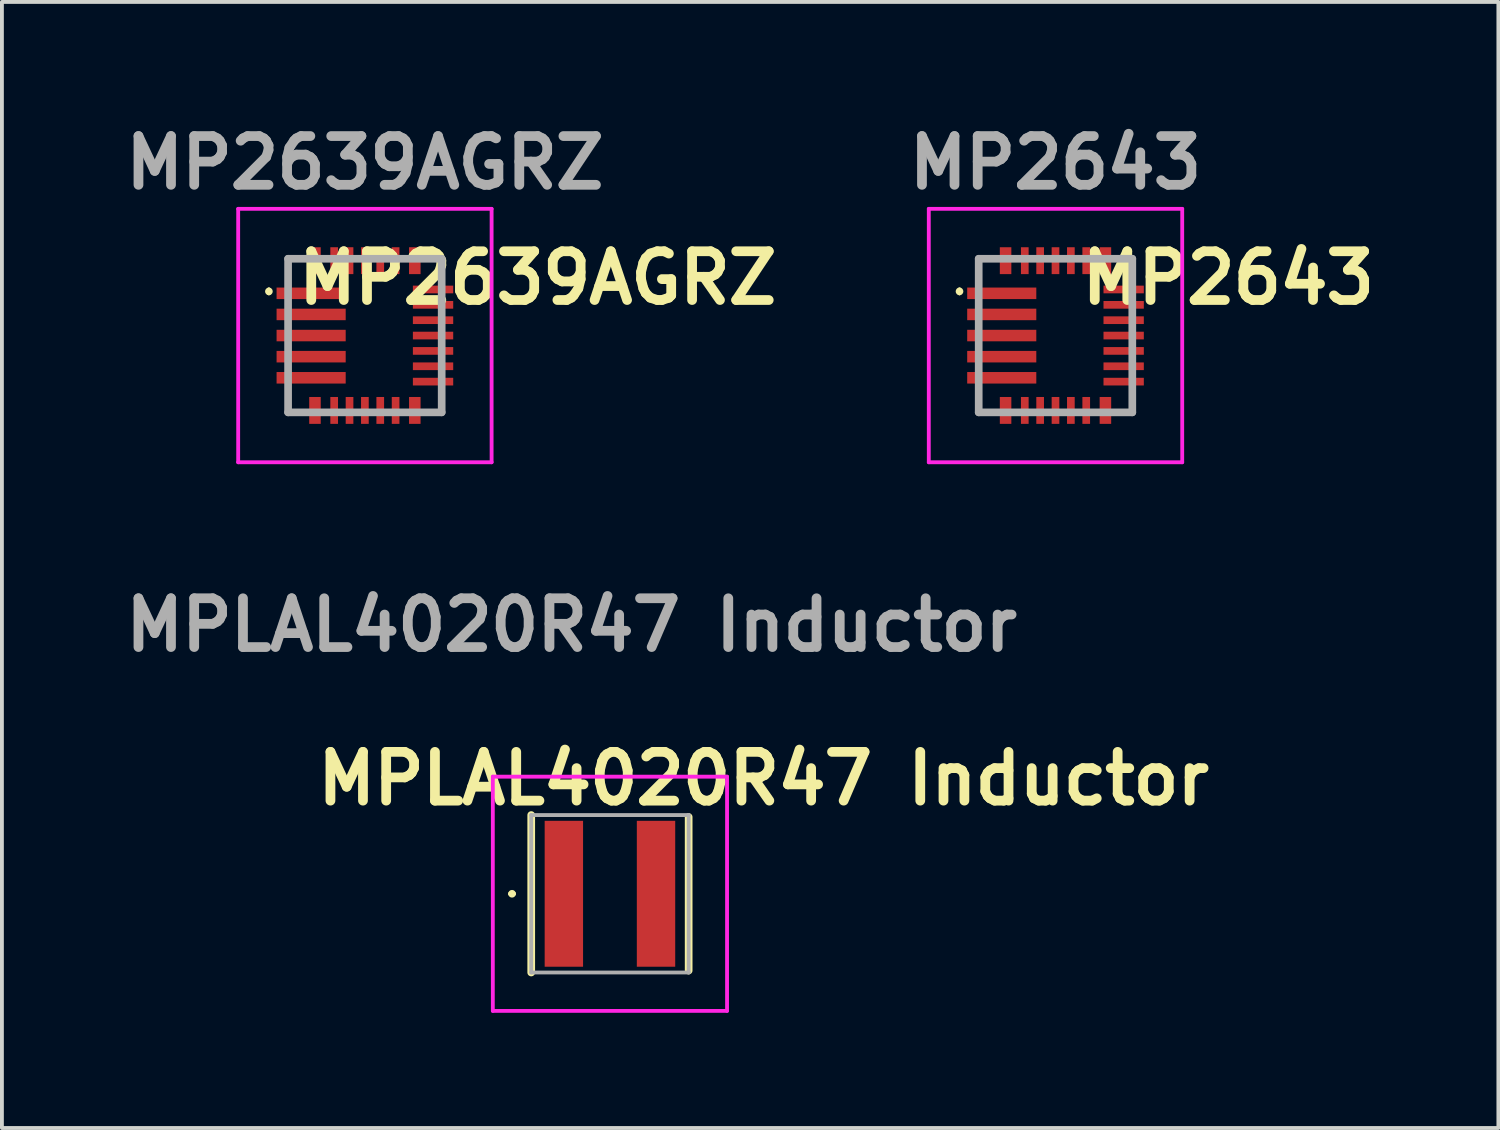
<source format=kicad_pcb>
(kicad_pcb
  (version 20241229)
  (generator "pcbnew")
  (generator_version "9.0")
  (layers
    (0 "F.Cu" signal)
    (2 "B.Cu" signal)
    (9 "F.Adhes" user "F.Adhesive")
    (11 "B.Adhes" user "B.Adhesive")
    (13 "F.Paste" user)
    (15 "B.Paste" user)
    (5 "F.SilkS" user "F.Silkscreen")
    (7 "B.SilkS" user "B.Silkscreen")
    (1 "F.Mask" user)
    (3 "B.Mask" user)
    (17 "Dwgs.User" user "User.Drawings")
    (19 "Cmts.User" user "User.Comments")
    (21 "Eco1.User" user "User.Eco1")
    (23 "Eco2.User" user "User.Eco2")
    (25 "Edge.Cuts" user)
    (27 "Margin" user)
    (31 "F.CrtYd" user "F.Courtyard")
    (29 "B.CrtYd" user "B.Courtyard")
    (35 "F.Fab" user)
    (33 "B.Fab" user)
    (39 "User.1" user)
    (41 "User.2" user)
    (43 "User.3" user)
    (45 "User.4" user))
  (footprint "MPLAL4020R47 Inductor"
    (layer "F.Cu")
    (at 12.835 20.227)
    (property "Reference" "MPLAL4020R47 Inductor" (at 4 -3 0) (layer "F.SilkS") (effects (font (size 1.27 1.27) (thickness 0.254))))
    (attr smd)
    (fp_line (start -2.6 0) (end -2.6 0) (stroke (width 0.1) (type solid)) (layer "F.SilkS"))
    (fp_line (start -2.5 0) (end -2.5 0) (stroke (width 0.1) (type solid)) (layer "F.SilkS"))
    (fp_line (start -2.05 -2.05) (end -2.05 2.05) (stroke (width 0.2) (type solid)) (layer "F.SilkS"))
    (fp_line (start 2.05 -2) (end 2.05 2) (stroke (width 0.2) (type solid)) (layer "F.SilkS"))
    (fp_arc (start -2.6 0) (mid -2.55 -0.05) (end -2.5 0) (stroke (width 0.1) (type solid)) (layer "F.SilkS"))
    (fp_arc (start -2.5 0) (mid -2.55 0.05) (end -2.6 0) (stroke (width 0.1) (type solid)) (layer "F.SilkS"))
    (fp_line (start -3.05 -3.05) (end 3.05 -3.05) (stroke (width 0.1) (type solid)) (layer "F.CrtYd"))
    (fp_line (start -3.05 3.05) (end -3.05 -3.05) (stroke (width 0.1) (type solid)) (layer "F.CrtYd"))
    (fp_line (start 3.05 -3.05) (end 3.05 3.05) (stroke (width 0.1) (type solid)) (layer "F.CrtYd"))
    (fp_line (start 3.05 3.05) (end -3.05 3.05) (stroke (width 0.1) (type solid)) (layer "F.CrtYd"))
    (fp_line (start -2.05 -2.05) (end 2.05 -2.05) (stroke (width 0.1) (type solid)) (layer "F.Fab"))
    (fp_line (start -2.05 2.05) (end -2.05 -2.05) (stroke (width 0.1) (type solid)) (layer "F.Fab"))
    (fp_line (start 2.05 -2.05) (end 2.05 2.05) (stroke (width 0.1) (type solid)) (layer "F.Fab"))
    (fp_line (start 2.05 2.05) (end -2.05 2.05) (stroke (width 0.1) (type solid)) (layer "F.Fab"))
    (fp_text user "${REFERENCE}" (at -1 -7 0) (layer "F.Fab") (effects (font (size 1.27 1.27) (thickness 0.254))))
    (pad "1" smd rect (at -1.2 0) (size 1 3.8) (layers "F.Cu" "F.Mask" "F.Paste"))
    (pad "2" smd rect (at 1.2 0) (size 1 3.8) (layers "F.Cu" "F.Mask" "F.Paste")))
  (footprint "MP2639AGRZ"
    (layer "F.Cu")
    (at 6.453 5.689)
    (property "Reference" "MP2639AGRZ" (at 4.5 -1.5 0) (layer "F.SilkS") (effects (font (size 1.27 1.27) (thickness 0.254))))
    (attr smd)
    (fp_line (start -2.5 -1.2) (end -2.5 -1.2) (stroke (width 0.1) (type solid)) (layer "F.SilkS"))
    (fp_line (start -2.5 -1.1) (end -2.5 -1.1) (stroke (width 0.1) (type solid)) (layer "F.SilkS"))
    (fp_line (start -2 -2) (end -1.8 -2) (stroke (width 0.1) (type solid)) (layer "F.SilkS"))
    (fp_line (start -2 -1.5) (end -2 -2) (stroke (width 0.1) (type solid)) (layer "F.SilkS"))
    (fp_line (start -2 1.5) (end -2 2) (stroke (width 0.1) (type solid)) (layer "F.SilkS"))
    (fp_line (start -2 2) (end -1.8 2) (stroke (width 0.1) (type solid)) (layer "F.SilkS"))
    (fp_line (start 2 -2) (end 1.8 -2) (stroke (width 0.1) (type solid)) (layer "F.SilkS"))
    (fp_line (start 2 -1.5) (end 2 -2) (stroke (width 0.1) (type solid)) (layer "F.SilkS"))
    (fp_line (start 2.001 1.51) (end 2.001 2.01) (stroke (width 0.1) (type solid)) (layer "F.SilkS"))
    (fp_line (start 2.001 2.01) (end 1.801 2.01) (stroke (width 0.1) (type solid)) (layer "F.SilkS"))
    (fp_arc (start -2.5 -1.2) (mid -2.45 -1.15) (end -2.5 -1.1) (stroke (width 0.1) (type solid)) (layer "F.SilkS"))
    (fp_arc (start -2.5 -1.1) (mid -2.55 -1.15) (end -2.5 -1.2) (stroke (width 0.1) (type solid)) (layer "F.SilkS"))
    (fp_line (start -3.3 -3.3) (end 3.3 -3.3) (stroke (width 0.1) (type solid)) (layer "F.CrtYd"))
    (fp_line (start -3.3 3.3) (end -3.3 -3.3) (stroke (width 0.1) (type solid)) (layer "F.CrtYd"))
    (fp_line (start 3.3 -3.3) (end 3.3 3.3) (stroke (width 0.1) (type solid)) (layer "F.CrtYd"))
    (fp_line (start 3.3 3.3) (end -3.3 3.3) (stroke (width 0.1) (type solid)) (layer "F.CrtYd"))
    (fp_line (start -2 -2) (end 2 -2) (stroke (width 0.2) (type solid)) (layer "F.Fab"))
    (fp_line (start -2 2) (end -2 -2) (stroke (width 0.2) (type solid)) (layer "F.Fab"))
    (fp_line (start 2 -2) (end 2 2) (stroke (width 0.2) (type solid)) (layer "F.Fab"))
    (fp_line (start 2 2) (end -2 2) (stroke (width 0.2) (type solid)) (layer "F.Fab"))
    (fp_text user "${REFERENCE}" (at 0 -4.5 0) (layer "F.Fab") (effects (font (size 1.27 1.27) (thickness 0.254))))
    (pad "1" smd rect (at -1.4 -1.1 90) (size 0.3 1.8) (layers "F.Cu" "F.Mask" "F.Paste"))
    (pad "2" smd rect (at -1.4 -0.55 90) (size 0.3 1.8) (layers "F.Cu" "F.Mask" "F.Paste"))
    (pad "3" smd rect (at -1.4 0 90) (size 0.3 1.8) (layers "F.Cu" "F.Mask" "F.Paste"))
    (pad "4" smd rect (at -1.4 0.55 90) (size 0.3 1.8) (layers "F.Cu" "F.Mask" "F.Paste"))
    (pad "5" smd rect (at -1.4 1.1 90) (size 0.3 1.8) (layers "F.Cu" "F.Mask" "F.Paste"))
    (pad "6" smd rect (at -1.3 1.95) (size 0.3 0.7) (layers "F.Cu" "F.Mask" "F.Paste"))
    (pad "7" smd rect (at -0.8 1.95) (size 0.2 0.7) (layers "F.Cu" "F.Mask" "F.Paste"))
    (pad "8" smd rect (at -0.4 1.95) (size 0.2 0.7) (layers "F.Cu" "F.Mask" "F.Paste"))
    (pad "9" smd rect (at 0 1.95) (size 0.2 0.7) (layers "F.Cu" "F.Mask" "F.Paste"))
    (pad "10" smd rect (at 0.4 1.95) (size 0.2 0.7) (layers "F.Cu" "F.Mask" "F.Paste"))
    (pad "11" smd rect (at 0.8 1.95) (size 0.2 0.7) (layers "F.Cu" "F.Mask" "F.Paste"))
    (pad "12" smd rect (at 1.3 1.95) (size 0.3 0.7) (layers "F.Cu" "F.Mask" "F.Paste"))
    (pad "13" smd rect (at 1.775 1.2 90) (size 0.2 1.05) (layers "F.Cu" "F.Mask" "F.Paste"))
    (pad "14" smd rect (at 1.775 0.8 90) (size 0.2 1.05) (layers "F.Cu" "F.Mask" "F.Paste"))
    (pad "15" smd rect (at 1.775 0.4 90) (size 0.2 1.05) (layers "F.Cu" "F.Mask" "F.Paste"))
    (pad "16" smd rect (at 1.775 0 90) (size 0.2 1.05) (layers "F.Cu" "F.Mask" "F.Paste"))
    (pad "17" smd rect (at 1.775 -0.4 90) (size 0.2 1.05) (layers "F.Cu" "F.Mask" "F.Paste"))
    (pad "18" smd rect (at 1.775 -0.8 90) (size 0.2 1.05) (layers "F.Cu" "F.Mask" "F.Paste"))
    (pad "19" smd rect (at 1.775 -1.2 90) (size 0.2 1.05) (layers "F.Cu" "F.Mask" "F.Paste"))
    (pad "20" smd rect (at 1.3 -1.95) (size 0.3 0.7) (layers "F.Cu" "F.Mask" "F.Paste"))
    (pad "21" smd rect (at 0.8 -1.95) (size 0.2 0.7) (layers "F.Cu" "F.Mask" "F.Paste"))
    (pad "22" smd rect (at 0.4 -1.95) (size 0.2 0.7) (layers "F.Cu" "F.Mask" "F.Paste"))
    (pad "23" smd rect (at 0 -1.95) (size 0.2 0.7) (layers "F.Cu" "F.Mask" "F.Paste"))
    (pad "24" smd rect (at -0.4 -1.95) (size 0.2 0.7) (layers "F.Cu" "F.Mask" "F.Paste"))
    (pad "25" smd rect (at -0.8 -1.95) (size 0.2 0.7) (layers "F.Cu" "F.Mask" "F.Paste"))
    (pad "26" smd rect (at -1.3 -1.95) (size 0.3 0.7) (layers "F.Cu" "F.Mask" "F.Paste")))
  (footprint "MP2643"
    (layer "F.Cu")
    (at 24.439 5.689)
    (property "Reference" "MP2643" (at 4.5 -1.5 0) (layer "F.SilkS") (effects (font (size 1.27 1.27) (thickness 0.254))))
    (attr smd)
    (fp_line (start -2.5 -1.2) (end -2.5 -1.2) (stroke (width 0.1) (type solid)) (layer "F.SilkS"))
    (fp_line (start -2.5 -1.1) (end -2.5 -1.1) (stroke (width 0.1) (type solid)) (layer "F.SilkS"))
    (fp_line (start -2 -2) (end -1.8 -2) (stroke (width 0.1) (type solid)) (layer "F.SilkS"))
    (fp_line (start -2 -1.5) (end -2 -2) (stroke (width 0.1) (type solid)) (layer "F.SilkS"))
    (fp_line (start -2 1.5) (end -2 2) (stroke (width 0.1) (type solid)) (layer "F.SilkS"))
    (fp_line (start -2 2) (end -1.8 2) (stroke (width 0.1) (type solid)) (layer "F.SilkS"))
    (fp_line (start 2 -2) (end 1.8 -2) (stroke (width 0.1) (type solid)) (layer "F.SilkS"))
    (fp_line (start 2 -1.5) (end 2 -2) (stroke (width 0.1) (type solid)) (layer "F.SilkS"))
    (fp_line (start 2 1.5) (end 2 2) (stroke (width 0.1) (type solid)) (layer "F.SilkS"))
    (fp_line (start 2 2) (end 1.8 2) (stroke (width 0.1) (type solid)) (layer "F.SilkS"))
    (fp_arc (start -2.5 -1.2) (mid -2.45 -1.15) (end -2.5 -1.1) (stroke (width 0.1) (type solid)) (layer "F.SilkS"))
    (fp_arc (start -2.5 -1.1) (mid -2.55 -1.15) (end -2.5 -1.2) (stroke (width 0.1) (type solid)) (layer "F.SilkS"))
    (fp_line (start -3.3 -3.3) (end 3.3 -3.3) (stroke (width 0.1) (type solid)) (layer "F.CrtYd"))
    (fp_line (start -3.3 3.3) (end -3.3 -3.3) (stroke (width 0.1) (type solid)) (layer "F.CrtYd"))
    (fp_line (start 3.3 -3.3) (end 3.3 3.3) (stroke (width 0.1) (type solid)) (layer "F.CrtYd"))
    (fp_line (start 3.3 3.3) (end -3.3 3.3) (stroke (width 0.1) (type solid)) (layer "F.CrtYd"))
    (fp_line (start -2 -2) (end 2 -2) (stroke (width 0.2) (type solid)) (layer "F.Fab"))
    (fp_line (start -2 2) (end -2 -2) (stroke (width 0.2) (type solid)) (layer "F.Fab"))
    (fp_line (start 2 -2) (end 2 2) (stroke (width 0.2) (type solid)) (layer "F.Fab"))
    (fp_line (start 2 2) (end -2 2) (stroke (width 0.2) (type solid)) (layer "F.Fab"))
    (fp_text user "${REFERENCE}" (at 0 -4.5 0) (layer "F.Fab") (effects (font (size 1.27 1.27) (thickness 0.254))))
    (pad "1" smd rect (at -1.4 -1.1 90) (size 0.3 1.8) (layers "F.Cu" "F.Mask" "F.Paste"))
    (pad "2" smd rect (at -1.4 -0.55 90) (size 0.3 1.8) (layers "F.Cu" "F.Mask" "F.Paste"))
    (pad "3" smd rect (at -1.4 0 90) (size 0.3 1.8) (layers "F.Cu" "F.Mask" "F.Paste"))
    (pad "4" smd rect (at -1.4 0.55 90) (size 0.3 1.8) (layers "F.Cu" "F.Mask" "F.Paste"))
    (pad "5" smd rect (at -1.4 1.1 90) (size 0.3 1.8) (layers "F.Cu" "F.Mask" "F.Paste"))
    (pad "6" smd rect (at -1.3 1.95) (size 0.3 0.7) (layers "F.Cu" "F.Mask" "F.Paste"))
    (pad "7" smd rect (at -0.8 1.95) (size 0.2 0.7) (layers "F.Cu" "F.Mask" "F.Paste"))
    (pad "8" smd rect (at -0.4 1.95) (size 0.2 0.7) (layers "F.Cu" "F.Mask" "F.Paste"))
    (pad "9" smd rect (at 0 1.95) (size 0.2 0.7) (layers "F.Cu" "F.Mask" "F.Paste"))
    (pad "10" smd rect (at 0.4 1.95) (size 0.2 0.7) (layers "F.Cu" "F.Mask" "F.Paste"))
    (pad "11" smd rect (at 0.8 1.95) (size 0.2 0.7) (layers "F.Cu" "F.Mask" "F.Paste"))
    (pad "12" smd rect (at 1.3 1.95) (size 0.3 0.7) (layers "F.Cu" "F.Mask" "F.Paste"))
    (pad "13" smd rect (at 1.775 1.2 90) (size 0.2 1.05) (layers "F.Cu" "F.Mask" "F.Paste"))
    (pad "14" smd rect (at 1.775 0.8 90) (size 0.2 1.05) (layers "F.Cu" "F.Mask" "F.Paste"))
    (pad "15" smd rect (at 1.775 0.4 90) (size 0.2 1.05) (layers "F.Cu" "F.Mask" "F.Paste"))
    (pad "16" smd rect (at 1.775 0 90) (size 0.2 1.05) (layers "F.Cu" "F.Mask" "F.Paste"))
    (pad "17" smd rect (at 1.775 -0.4 90) (size 0.2 1.05) (layers "F.Cu" "F.Mask" "F.Paste"))
    (pad "18" smd rect (at 1.775 -0.8 90) (size 0.2 1.05) (layers "F.Cu" "F.Mask" "F.Paste"))
    (pad "19" smd rect (at 1.775 -1.2 90) (size 0.2 1.05) (layers "F.Cu" "F.Mask" "F.Paste"))
    (pad "20" smd rect (at 1.3 -1.95) (size 0.3 0.7) (layers "F.Cu" "F.Mask" "F.Paste"))
    (pad "21" smd rect (at 0.8 -1.95) (size 0.2 0.7) (layers "F.Cu" "F.Mask" "F.Paste"))
    (pad "22" smd rect (at 0.4 -1.95) (size 0.2 0.7) (layers "F.Cu" "F.Mask" "F.Paste"))
    (pad "23" smd rect (at 0 -1.95) (size 0.2 0.7) (layers "F.Cu" "F.Mask" "F.Paste"))
    (pad "24" smd rect (at -0.4 -1.95) (size 0.2 0.7) (layers "F.Cu" "F.Mask" "F.Paste"))
    (pad "25" smd rect (at -0.8 -1.95) (size 0.2 0.7) (layers "F.Cu" "F.Mask" "F.Paste"))
    (pad "26" smd rect (at -1.3 -1.95) (size 0.3 0.7) (layers "F.Cu" "F.Mask" "F.Paste")))
  (gr_rect
    (start -3 -3)
    (end 35.973 26.327)
    (stroke (width 0.1) (type default))
    (fill no)
    (layer "Edge.Cuts")))
</source>
